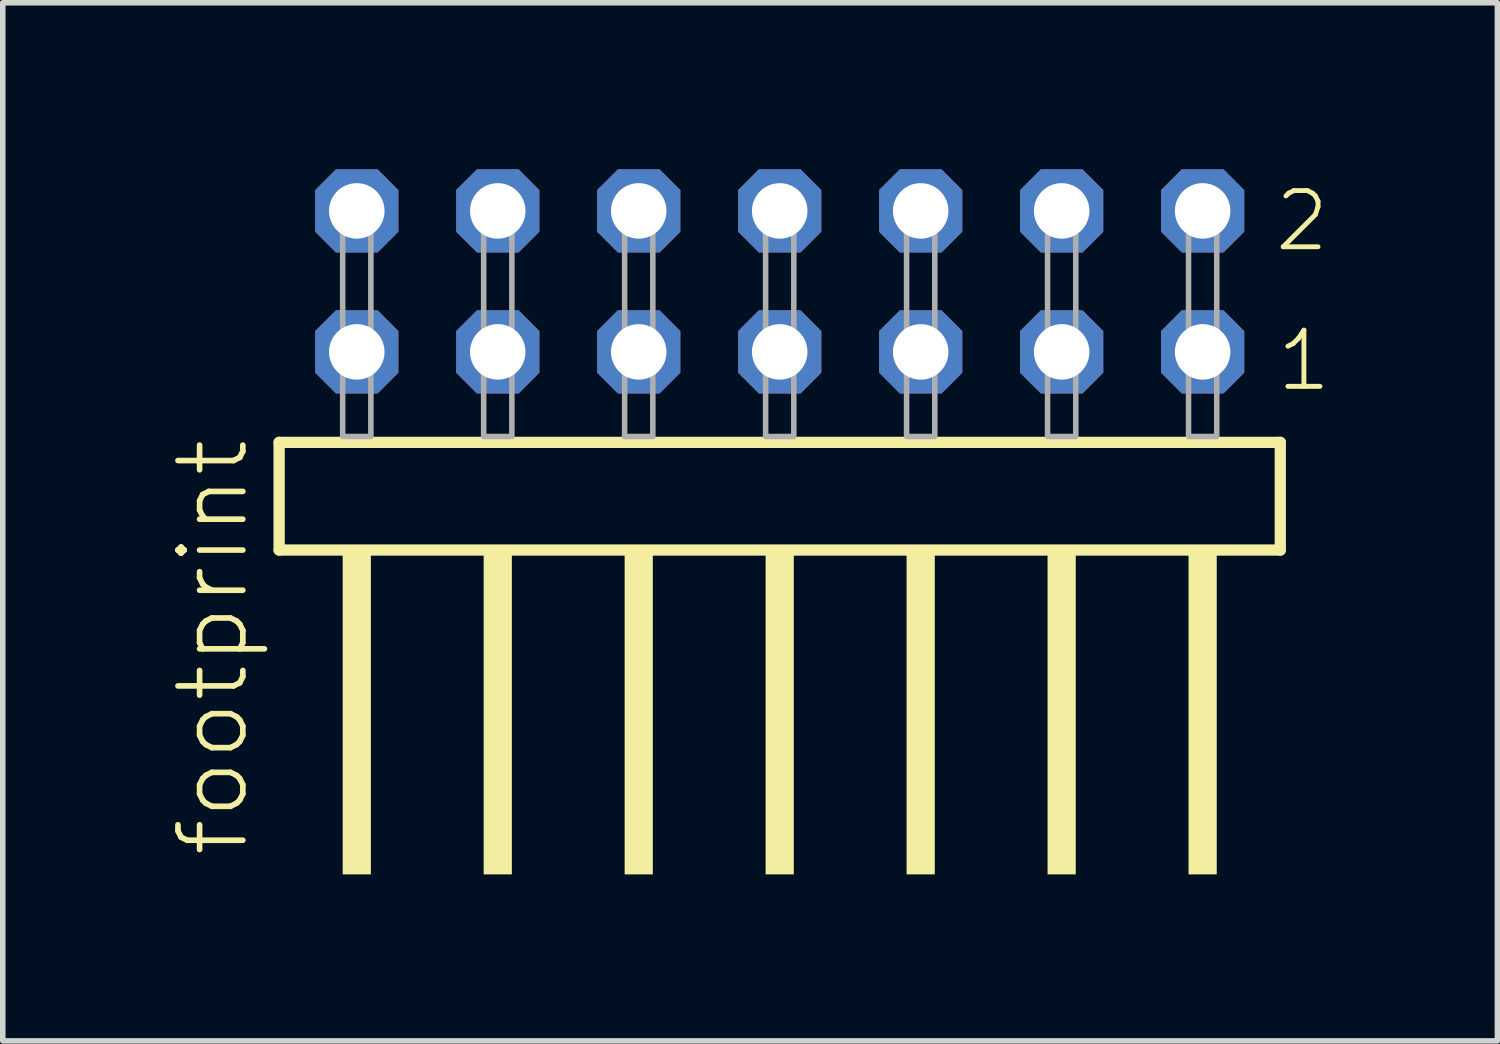
<source format=kicad_pcb>
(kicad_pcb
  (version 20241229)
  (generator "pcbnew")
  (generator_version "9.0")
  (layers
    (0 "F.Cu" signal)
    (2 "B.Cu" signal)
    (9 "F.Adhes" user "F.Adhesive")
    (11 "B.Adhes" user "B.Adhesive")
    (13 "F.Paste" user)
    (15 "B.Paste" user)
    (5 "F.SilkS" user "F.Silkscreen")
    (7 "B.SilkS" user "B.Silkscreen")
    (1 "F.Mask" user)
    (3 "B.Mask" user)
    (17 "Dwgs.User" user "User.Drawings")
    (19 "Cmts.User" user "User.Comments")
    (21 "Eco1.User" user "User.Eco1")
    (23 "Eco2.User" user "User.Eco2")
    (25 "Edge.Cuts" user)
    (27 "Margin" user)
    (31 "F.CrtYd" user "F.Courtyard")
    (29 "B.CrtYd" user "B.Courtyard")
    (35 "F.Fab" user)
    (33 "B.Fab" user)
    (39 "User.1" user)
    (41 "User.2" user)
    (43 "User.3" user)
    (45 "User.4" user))
  (footprint "footprint"
    (layer "F.Cu")
    (at 10.998 4.814)
    (property "Reference" "footprint" (at -9.525 7.62 90) (layer "F.SilkS") (effects (font (size 1.168 1.168) (thickness 0.102)) (justify left bottom)))
    (fp_line (start -9.019 0.106) (end -9.019 2.046) (stroke (width 0.203) (type solid)) (layer "F.SilkS"))
    (fp_line (start -9.019 2.046) (end 9.019 2.046) (stroke (width 0.203) (type solid)) (layer "F.SilkS"))
    (fp_line (start 9.019 0.106) (end -9.019 0.106) (stroke (width 0.203) (type solid)) (layer "F.SilkS"))
    (fp_line (start 9.019 2.046) (end 9.019 0.106) (stroke (width 0.203) (type solid)) (layer "F.SilkS"))
    (fp_poly (pts (xy -7.874 7.89) (xy -7.366 7.89) (xy -7.366 2.04) (xy -7.874 2.04)) (stroke (width 0) (type solid)) (fill yes) (layer "F.SilkS"))
    (fp_poly (pts (xy -5.334 7.89) (xy -4.826 7.89) (xy -4.826 2.04) (xy -5.334 2.04)) (stroke (width 0) (type solid)) (fill yes) (layer "F.SilkS"))
    (fp_poly (pts (xy -2.794 7.89) (xy -2.286 7.89) (xy -2.286 2.04) (xy -2.794 2.04)) (stroke (width 0) (type solid)) (fill yes) (layer "F.SilkS"))
    (fp_poly (pts (xy -0.254 7.89) (xy 0.254 7.89) (xy 0.254 2.04) (xy -0.254 2.04)) (stroke (width 0) (type solid)) (fill yes) (layer "F.SilkS"))
    (fp_poly (pts (xy 2.286 7.89) (xy 2.794 7.89) (xy 2.794 2.04) (xy 2.286 2.04)) (stroke (width 0) (type solid)) (fill yes) (layer "F.SilkS"))
    (fp_poly (pts (xy 4.826 7.89) (xy 5.334 7.89) (xy 5.334 2.04) (xy 4.826 2.04)) (stroke (width 0) (type solid)) (fill yes) (layer "F.SilkS"))
    (fp_poly (pts (xy 7.366 7.89) (xy 7.874 7.89) (xy 7.874 2.04) (xy 7.366 2.04)) (stroke (width 0) (type solid)) (fill yes) (layer "F.SilkS"))
    (fp_poly (pts (xy -7.874 0) (xy -7.366 0) (xy -7.366 -4.318) (xy -7.874 -4.318)) (stroke (width 0.1) (type solid)) (fill no) (layer "F.Fab"))
    (fp_poly (pts (xy -5.334 0) (xy -4.826 0) (xy -4.826 -4.318) (xy -5.334 -4.318)) (stroke (width 0.1) (type solid)) (fill no) (layer "F.Fab"))
    (fp_poly (pts (xy -2.794 0) (xy -2.286 0) (xy -2.286 -4.318) (xy -2.794 -4.318)) (stroke (width 0.1) (type solid)) (fill no) (layer "F.Fab"))
    (fp_poly (pts (xy -0.254 0) (xy 0.254 0) (xy 0.254 -4.318) (xy -0.254 -4.318)) (stroke (width 0.1) (type solid)) (fill no) (layer "F.Fab"))
    (fp_poly (pts (xy 2.286 0) (xy 2.794 0) (xy 2.794 -4.318) (xy 2.286 -4.318)) (stroke (width 0.1) (type solid)) (fill no) (layer "F.Fab"))
    (fp_poly (pts (xy 4.826 0) (xy 5.334 0) (xy 5.334 -4.318) (xy 4.826 -4.318)) (stroke (width 0.1) (type solid)) (fill no) (layer "F.Fab"))
    (fp_poly (pts (xy 7.366 0) (xy 7.874 0) (xy 7.874 -4.318) (xy 7.366 -4.318)) (stroke (width 0.1) (type solid)) (fill no) (layer "F.Fab"))
    (fp_text user "2" (at 8.87 -3.29 0) (layer "F.SilkS") (effects (font (size 1.012 1.012) (thickness 0.088)) (justify left bottom)))
    (fp_text user "1" (at 8.905 -0.775 0) (layer "F.SilkS") (effects (font (size 1.012 1.012) (thickness 0.088)) (justify left bottom)))
    (pad "1" thru_hole roundrect (at 7.62 -1.524 180) (size 1.5 1.5) (drill 1) (layers "*.Cu" "*.Mask") (roundrect_rratio 0.25) (chamfer_ratio 0.25) (chamfer top_left top_right bottom_left bottom_right))
    (pad "2" thru_hole roundrect (at 7.62 -4.064 180) (size 1.5 1.5) (drill 1) (layers "*.Cu" "*.Mask") (roundrect_rratio 0.25) (chamfer_ratio 0.25) (chamfer top_left top_right bottom_left bottom_right))
    (pad "3" thru_hole roundrect (at 5.08 -1.524 180) (size 1.5 1.5) (drill 1) (layers "*.Cu" "*.Mask") (roundrect_rratio 0.25) (chamfer_ratio 0.25) (chamfer top_left top_right bottom_left bottom_right))
    (pad "4" thru_hole roundrect (at 5.08 -4.064 180) (size 1.5 1.5) (drill 1) (layers "*.Cu" "*.Mask") (roundrect_rratio 0.25) (chamfer_ratio 0.25) (chamfer top_left top_right bottom_left bottom_right))
    (pad "5" thru_hole roundrect (at 2.54 -1.524 180) (size 1.5 1.5) (drill 1) (layers "*.Cu" "*.Mask") (roundrect_rratio 0.25) (chamfer_ratio 0.25) (chamfer top_left top_right bottom_left bottom_right))
    (pad "6" thru_hole roundrect (at 2.54 -4.064 180) (size 1.5 1.5) (drill 1) (layers "*.Cu" "*.Mask") (roundrect_rratio 0.25) (chamfer_ratio 0.25) (chamfer top_left top_right bottom_left bottom_right))
    (pad "7" thru_hole roundrect (at 0 -1.524 180) (size 1.5 1.5) (drill 1) (layers "*.Cu" "*.Mask") (roundrect_rratio 0.25) (chamfer_ratio 0.25) (chamfer top_left top_right bottom_left bottom_right))
    (pad "8" thru_hole roundrect (at 0 -4.064 180) (size 1.5 1.5) (drill 1) (layers "*.Cu" "*.Mask") (roundrect_rratio 0.25) (chamfer_ratio 0.25) (chamfer top_left top_right bottom_left bottom_right))
    (pad "9" thru_hole roundrect (at -2.54 -1.524 180) (size 1.5 1.5) (drill 1) (layers "*.Cu" "*.Mask") (roundrect_rratio 0.25) (chamfer_ratio 0.25) (chamfer top_left top_right bottom_left bottom_right))
    (pad "10" thru_hole roundrect (at -2.54 -4.064 180) (size 1.5 1.5) (drill 1) (layers "*.Cu" "*.Mask") (roundrect_rratio 0.25) (chamfer_ratio 0.25) (chamfer top_left top_right bottom_left bottom_right))
    (pad "11" thru_hole roundrect (at -5.08 -1.524 180) (size 1.5 1.5) (drill 1) (layers "*.Cu" "*.Mask") (roundrect_rratio 0.25) (chamfer_ratio 0.25) (chamfer top_left top_right bottom_left bottom_right))
    (pad "12" thru_hole roundrect (at -5.08 -4.064 180) (size 1.5 1.5) (drill 1) (layers "*.Cu" "*.Mask") (roundrect_rratio 0.25) (chamfer_ratio 0.25) (chamfer top_left top_right bottom_left bottom_right))
    (pad "13" thru_hole roundrect (at -7.62 -1.524 180) (size 1.5 1.5) (drill 1) (layers "*.Cu" "*.Mask") (roundrect_rratio 0.25) (chamfer_ratio 0.25) (chamfer top_left top_right bottom_left bottom_right))
    (pad "14" thru_hole roundrect (at -7.62 -4.064 180) (size 1.5 1.5) (drill 1) (layers "*.Cu" "*.Mask") (roundrect_rratio 0.25) (chamfer_ratio 0.25) (chamfer top_left top_right bottom_left bottom_right)))
  (gr_rect
    (start -3 -3)
    (end 23.929 15.704)
    (stroke (width 0.1) (type default))
    (fill no)
    (layer "Edge.Cuts")))
</source>
